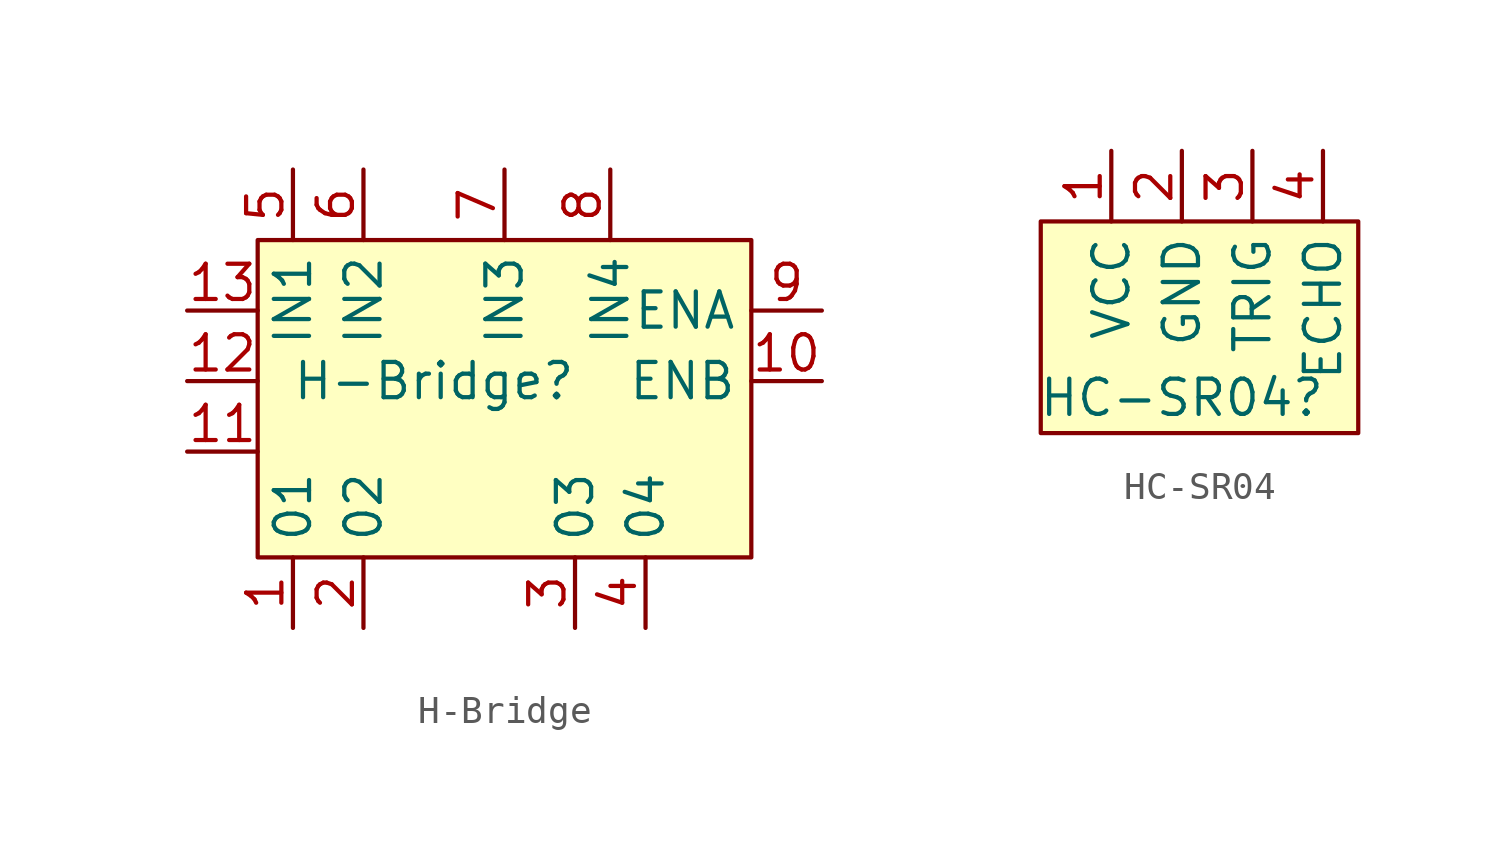
<source format=kicad_sym>
(kicad_symbol_lib
  (version 20220914)
  (generator kicad_symbol_editor)
  (symbol "H-Bridge"
    (property "Reference" "H-Bridge"
      (at -2.54 -1.27 0)
      (effects (font (size 1.27 1.27))))
    (property "Value" ""
      (at 0 0 0)
      (effects (font (size 1.27 1.27))))
    (symbol "H-Bridge_0_1"
      (rectangle (start -8.89 3.81) (end 8.89 -7.62) (stroke (width 0) (type default)) (fill (type background))))
    (symbol "H-Bridge_1_1"
      (pin output line (at -7.62 -10.16 90) (length 2.54) (name "01" (effects (font (size 1.27 1.27)))) (number "1" (effects (font (size 1.27 1.27)))))
      (pin bidirectional line (at 11.43 -1.27 180) (length 2.54) (name "ENB" (effects (font (size 1.27 1.27)))) (number "10" (effects (font (size 1.27 1.27)))))
      (pin output line (at -11.43 -3.81 0) (length 2.54) (name "" (effects (font (size 1.27 1.27)))) (number "11" (effects (font (size 1.27 1.27)))))
      (pin output line (at -11.43 -1.27 0) (length 2.54) (name "" (effects (font (size 1.27 1.27)))) (number "12" (effects (font (size 1.27 1.27)))))
      (pin output line (at -11.43 1.27 0) (length 2.54) (name "" (effects (font (size 1.27 1.27)))) (number "13" (effects (font (size 1.27 1.27)))))
      (pin output line (at -5.08 -10.16 90) (length 2.54) (name "02" (effects (font (size 1.27 1.27)))) (number "2" (effects (font (size 1.27 1.27)))))
      (pin output line (at 2.54 -10.16 90) (length 2.54) (name "03" (effects (font (size 1.27 1.27)))) (number "3" (effects (font (size 1.27 1.27)))))
      (pin output line (at 5.08 -10.16 90) (length 2.54) (name "04" (effects (font (size 1.27 1.27)))) (number "4" (effects (font (size 1.27 1.27)))))
      (pin input line (at -7.62 6.35 270) (length 2.54) (name "IN1" (effects (font (size 1.27 1.27)))) (number "5" (effects (font (size 1.27 1.27)))))
      (pin input line (at -5.08 6.35 270) (length 2.54) (name "IN2" (effects (font (size 1.27 1.27)))) (number "6" (effects (font (size 1.27 1.27)))))
      (pin input line (at 0 6.35 270) (length 2.54) (name "IN3" (effects (font (size 1.27 1.27)))) (number "7" (effects (font (size 1.27 1.27)))))
      (pin input line (at 3.81 6.35 270) (length 2.54) (name "IN4" (effects (font (size 1.27 1.27)))) (number "8" (effects (font (size 1.27 1.27)))))
      (pin bidirectional line (at 11.43 1.27 180) (length 2.54) (name "ENA" (effects (font (size 1.27 1.27)))) (number "9" (effects (font (size 1.27 1.27)))))))
  (symbol "HC-SR04"
    (property "Reference" "HC-SR04"
      (at 0 -3.81 0)
      (effects (font (size 1.27 1.27))))
    (property "Value" ""
      (at 0 0 0)
      (effects (font (size 1.27 1.27))))
    (symbol "HC-SR04_0_1"
      (rectangle (start -5.08 2.54) (end 6.35 -5.08) (stroke (width 0) (type default)) (fill (type background))))
    (symbol "HC-SR04_1_1"
      (pin bidirectional line (at -2.54 5.08 270) (length 2.54) (name "VCC" (effects (font (size 1.27 1.27)))) (number "1" (effects (font (size 1.27 1.27)))))
      (pin bidirectional line (at 0 5.08 270) (length 2.54) (name "GND" (effects (font (size 1.27 1.27)))) (number "2" (effects (font (size 1.27 1.27)))))
      (pin bidirectional line (at 2.54 5.08 270) (length 2.54) (name "TRIG" (effects (font (size 1.27 1.27)))) (number "3" (effects (font (size 1.27 1.27)))))
      (pin bidirectional line (at 5.08 5.08 270) (length 2.54) (name "ECHO" (effects (font (size 1.27 1.27)))) (number "4" (effects (font (size 1.27 1.27))))))))
</source>
